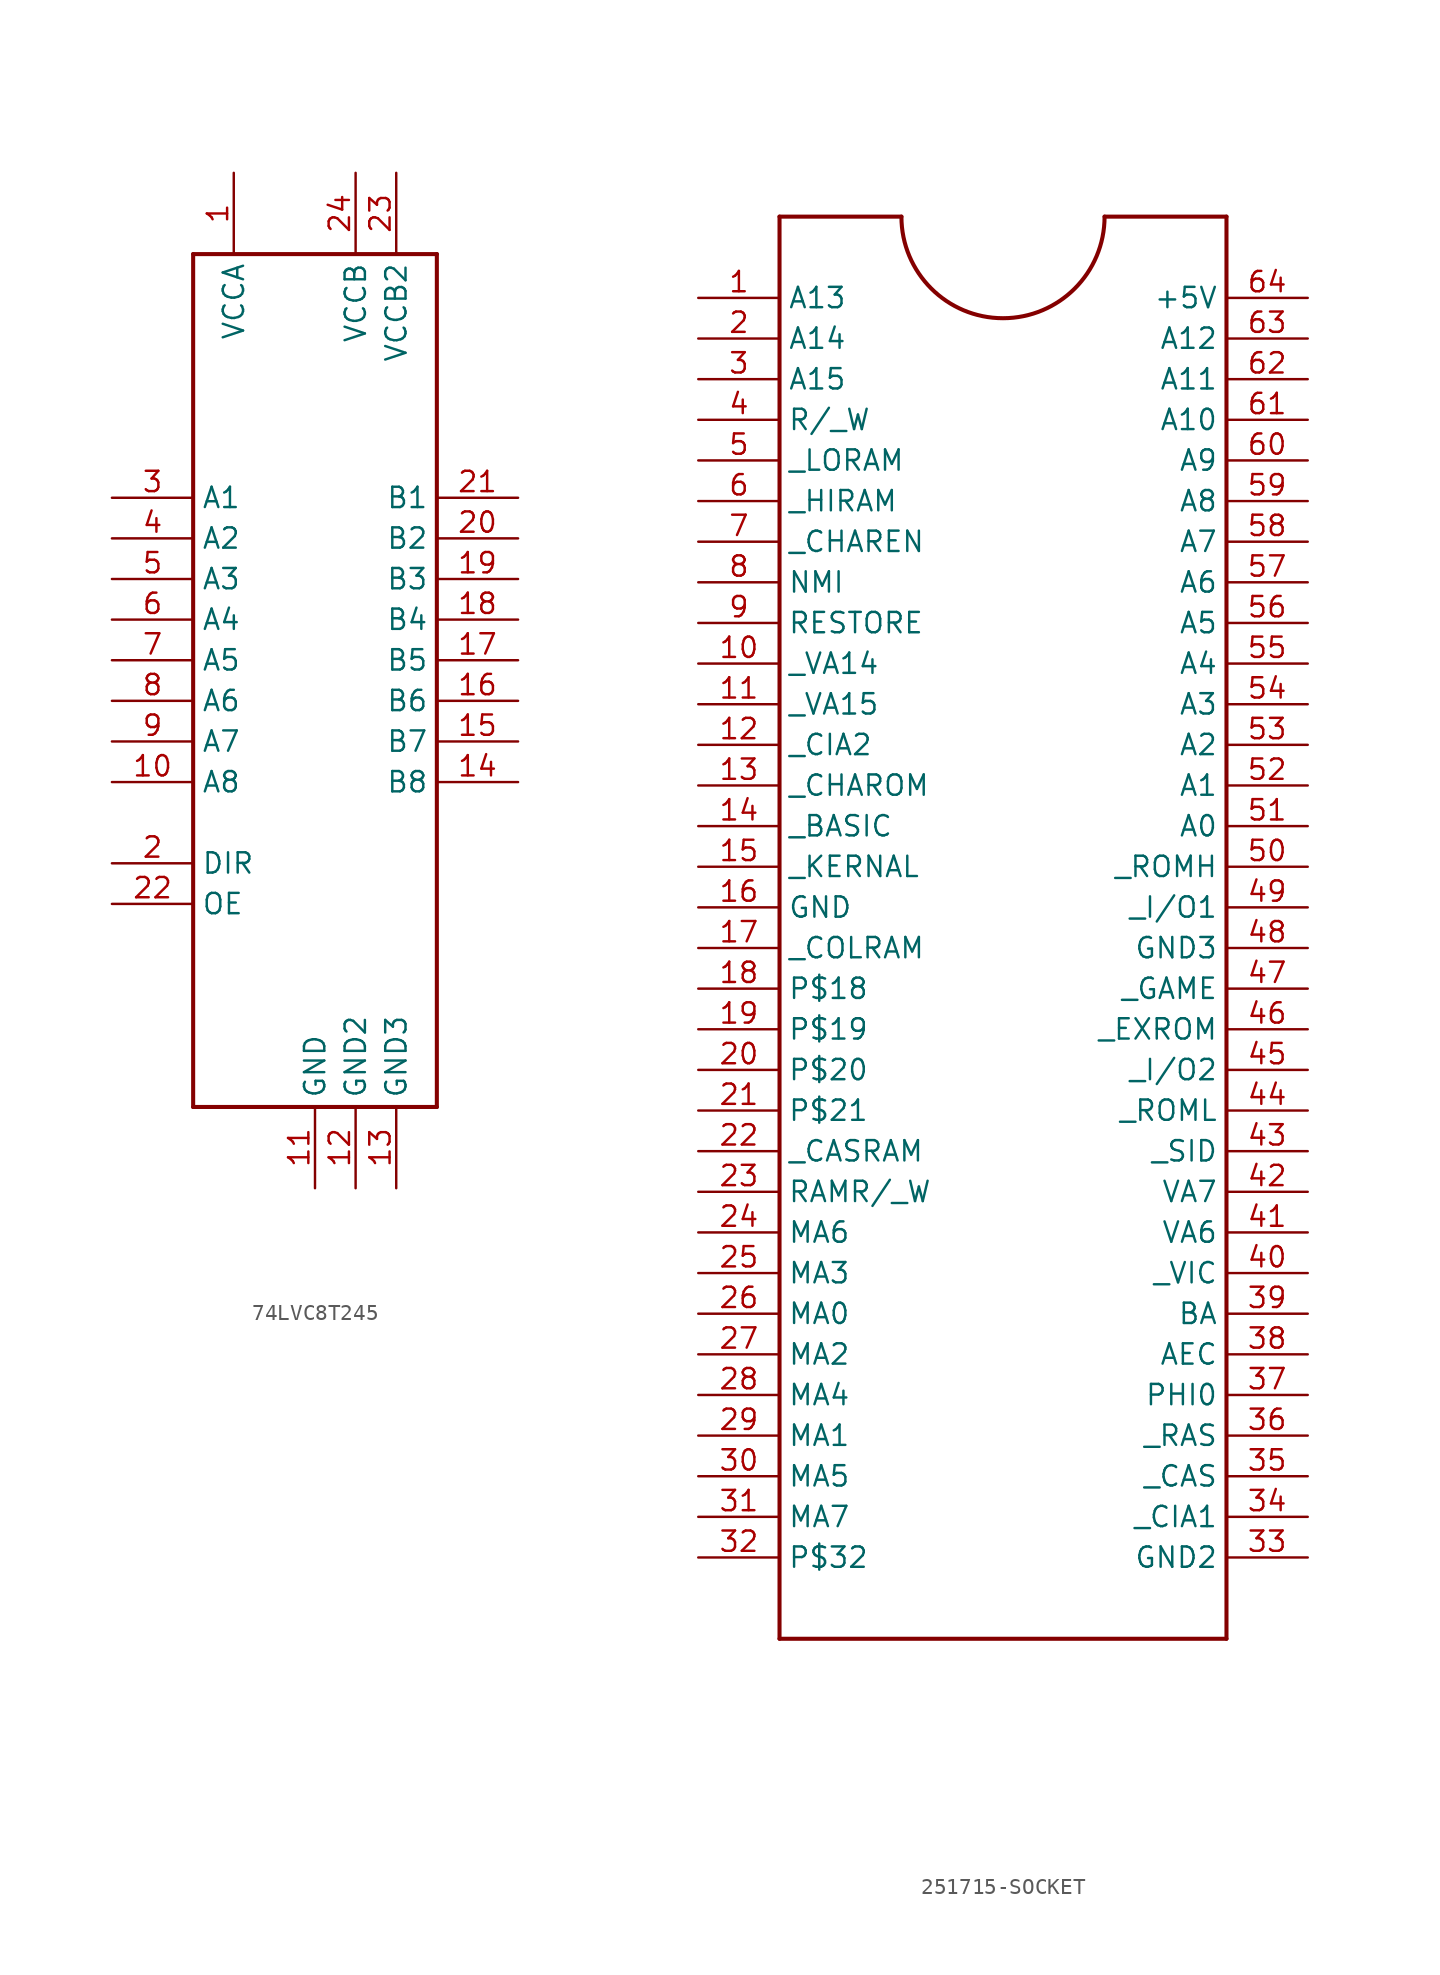
<source format=kicad_sym>
(kicad_symbol_lib
  (version 20231120)
  (generator "kicad_symbol_editor")
  (generator_version "8.0")
  (symbol "74LVC8T245"
    (property "Reference" ""
      (at -5.08 -12.7 0)
      (effects (font (size 1.27 1.079)) (justify left bottom) (hide yes)))
    (property "Value" ""
      (at -5.08 35.56 0)
      (effects (font (size 1.27 1.079)) (justify left bottom)))
    (property "ki_locked" ""
      (at 0 0 0)
      (effects (font (size 1.27 1.27))))
    (symbol "74LVC8T245_1_0"
      (polyline (pts (xy -22.86 -15.24) (xy -22.86 38.1)) (stroke (width 0.254) (type solid)) (fill (type none)))
      (polyline (pts (xy -22.86 38.1) (xy -7.62 38.1)) (stroke (width 0.254) (type solid)) (fill (type none)))
      (polyline (pts (xy -7.62 -15.24) (xy -22.86 -15.24)) (stroke (width 0.254) (type solid)) (fill (type none)))
      (polyline (pts (xy -7.62 38.1) (xy -7.62 -15.24)) (stroke (width 0.254) (type solid)) (fill (type none)))
      (pin bidirectional line (at -20.32 43.18 270) (length 5.08) (name "VCCA" (effects (font (size 1.27 1.27)))) (number "1" (effects (font (size 1.27 1.27)))))
      (pin bidirectional line (at -27.94 5.08 0) (length 5.08) (name "A8" (effects (font (size 1.27 1.27)))) (number "10" (effects (font (size 1.27 1.27)))))
      (pin bidirectional line (at -15.24 -20.32 90) (length 5.08) (name "GND" (effects (font (size 1.27 1.27)))) (number "11" (effects (font (size 1.27 1.27)))))
      (pin bidirectional line (at -12.7 -20.32 90) (length 5.08) (name "GND2" (effects (font (size 1.27 1.27)))) (number "12" (effects (font (size 1.27 1.27)))))
      (pin bidirectional line (at -10.16 -20.32 90) (length 5.08) (name "GND3" (effects (font (size 1.27 1.27)))) (number "13" (effects (font (size 1.27 1.27)))))
      (pin bidirectional line (at -2.54 5.08 180) (length 5.08) (name "B8" (effects (font (size 1.27 1.27)))) (number "14" (effects (font (size 1.27 1.27)))))
      (pin bidirectional line (at -2.54 7.62 180) (length 5.08) (name "B7" (effects (font (size 1.27 1.27)))) (number "15" (effects (font (size 1.27 1.27)))))
      (pin bidirectional line (at -2.54 10.16 180) (length 5.08) (name "B6" (effects (font (size 1.27 1.27)))) (number "16" (effects (font (size 1.27 1.27)))))
      (pin bidirectional line (at -2.54 12.7 180) (length 5.08) (name "B5" (effects (font (size 1.27 1.27)))) (number "17" (effects (font (size 1.27 1.27)))))
      (pin bidirectional line (at -2.54 15.24 180) (length 5.08) (name "B4" (effects (font (size 1.27 1.27)))) (number "18" (effects (font (size 1.27 1.27)))))
      (pin bidirectional line (at -2.54 17.78 180) (length 5.08) (name "B3" (effects (font (size 1.27 1.27)))) (number "19" (effects (font (size 1.27 1.27)))))
      (pin bidirectional line (at -27.94 0 0) (length 5.08) (name "DIR" (effects (font (size 1.27 1.27)))) (number "2" (effects (font (size 1.27 1.27)))))
      (pin bidirectional line (at -2.54 20.32 180) (length 5.08) (name "B2" (effects (font (size 1.27 1.27)))) (number "20" (effects (font (size 1.27 1.27)))))
      (pin bidirectional line (at -2.54 22.86 180) (length 5.08) (name "B1" (effects (font (size 1.27 1.27)))) (number "21" (effects (font (size 1.27 1.27)))))
      (pin bidirectional line (at -27.94 -2.54 0) (length 5.08) (name "OE" (effects (font (size 1.27 1.27)))) (number "22" (effects (font (size 1.27 1.27)))))
      (pin bidirectional line (at -10.16 43.18 270) (length 5.08) (name "VCCB2" (effects (font (size 1.27 1.27)))) (number "23" (effects (font (size 1.27 1.27)))))
      (pin bidirectional line (at -12.7 43.18 270) (length 5.08) (name "VCCB" (effects (font (size 1.27 1.27)))) (number "24" (effects (font (size 1.27 1.27)))))
      (pin bidirectional line (at -27.94 22.86 0) (length 5.08) (name "A1" (effects (font (size 1.27 1.27)))) (number "3" (effects (font (size 1.27 1.27)))))
      (pin bidirectional line (at -27.94 20.32 0) (length 5.08) (name "A2" (effects (font (size 1.27 1.27)))) (number "4" (effects (font (size 1.27 1.27)))))
      (pin bidirectional line (at -27.94 17.78 0) (length 5.08) (name "A3" (effects (font (size 1.27 1.27)))) (number "5" (effects (font (size 1.27 1.27)))))
      (pin bidirectional line (at -27.94 15.24 0) (length 5.08) (name "A4" (effects (font (size 1.27 1.27)))) (number "6" (effects (font (size 1.27 1.27)))))
      (pin bidirectional line (at -27.94 12.7 0) (length 5.08) (name "A5" (effects (font (size 1.27 1.27)))) (number "7" (effects (font (size 1.27 1.27)))))
      (pin bidirectional line (at -27.94 10.16 0) (length 5.08) (name "A6" (effects (font (size 1.27 1.27)))) (number "8" (effects (font (size 1.27 1.27)))))
      (pin bidirectional line (at -27.94 7.62 0) (length 5.08) (name "A7" (effects (font (size 1.27 1.27)))) (number "9" (effects (font (size 1.27 1.27)))))))
  (symbol "251715-SOCKET"
    (property "Reference" ""
      (at -7.62 43.18 0)
      (effects (font (size 1.27 1.079)) (justify left bottom) (hide yes)))
    (property "Value" ""
      (at -7.62 -53.34 0)
      (effects (font (size 1.27 1.079)) (justify left bottom)))
    (property "ki_locked" ""
      (at 0 0 0)
      (effects (font (size 1.27 1.27))))
    (symbol "251715-SOCKET_1_0"
      (polyline (pts (xy -7.62 -48.26) (xy -7.62 40.64)) (stroke (width 0.254) (type solid)) (fill (type none)))
      (polyline (pts (xy -7.62 40.64) (xy 0 40.64)) (stroke (width 0.254) (type solid)) (fill (type none)))
      (polyline (pts (xy 12.7 40.64) (xy 20.32 40.64)) (stroke (width 0.254) (type solid)) (fill (type none)))
      (polyline (pts (xy 20.32 -48.26) (xy -7.62 -48.26)) (stroke (width 0.254) (type solid)) (fill (type none)))
      (polyline (pts (xy 20.32 40.64) (xy 20.32 -48.26)) (stroke (width 0.254) (type solid)) (fill (type none)))
      (arc (start 0 40.64) (mid 6.35 34.29) (end 12.7 40.64) (stroke (width 0.254) (type solid)) (fill (type none)))
      (pin bidirectional line (at -12.7 35.56 0) (length 5.08) (name "A13" (effects (font (size 1.27 1.27)))) (number "1" (effects (font (size 1.27 1.27)))))
      (pin bidirectional line (at -12.7 12.7 0) (length 5.08) (name "_VA14" (effects (font (size 1.27 1.27)))) (number "10" (effects (font (size 1.27 1.27)))))
      (pin bidirectional line (at -12.7 10.16 0) (length 5.08) (name "_VA15" (effects (font (size 1.27 1.27)))) (number "11" (effects (font (size 1.27 1.27)))))
      (pin bidirectional line (at -12.7 7.62 0) (length 5.08) (name "_CIA2" (effects (font (size 1.27 1.27)))) (number "12" (effects (font (size 1.27 1.27)))))
      (pin bidirectional line (at -12.7 5.08 0) (length 5.08) (name "_CHAROM" (effects (font (size 1.27 1.27)))) (number "13" (effects (font (size 1.27 1.27)))))
      (pin bidirectional line (at -12.7 2.54 0) (length 5.08) (name "_BASIC" (effects (font (size 1.27 1.27)))) (number "14" (effects (font (size 1.27 1.27)))))
      (pin bidirectional line (at -12.7 0 0) (length 5.08) (name "_KERNAL" (effects (font (size 1.27 1.27)))) (number "15" (effects (font (size 1.27 1.27)))))
      (pin bidirectional line (at -12.7 -2.54 0) (length 5.08) (name "GND" (effects (font (size 1.27 1.27)))) (number "16" (effects (font (size 1.27 1.27)))))
      (pin bidirectional line (at -12.7 -5.08 0) (length 5.08) (name "_COLRAM" (effects (font (size 1.27 1.27)))) (number "17" (effects (font (size 1.27 1.27)))))
      (pin bidirectional line (at -12.7 -7.62 0) (length 5.08) (name "P$18" (effects (font (size 1.27 1.27)))) (number "18" (effects (font (size 1.27 1.27)))))
      (pin bidirectional line (at -12.7 -10.16 0) (length 5.08) (name "P$19" (effects (font (size 1.27 1.27)))) (number "19" (effects (font (size 1.27 1.27)))))
      (pin bidirectional line (at -12.7 33.02 0) (length 5.08) (name "A14" (effects (font (size 1.27 1.27)))) (number "2" (effects (font (size 1.27 1.27)))))
      (pin bidirectional line (at -12.7 -12.7 0) (length 5.08) (name "P$20" (effects (font (size 1.27 1.27)))) (number "20" (effects (font (size 1.27 1.27)))))
      (pin bidirectional line (at -12.7 -15.24 0) (length 5.08) (name "P$21" (effects (font (size 1.27 1.27)))) (number "21" (effects (font (size 1.27 1.27)))))
      (pin bidirectional line (at -12.7 -17.78 0) (length 5.08) (name "_CASRAM" (effects (font (size 1.27 1.27)))) (number "22" (effects (font (size 1.27 1.27)))))
      (pin bidirectional line (at -12.7 -20.32 0) (length 5.08) (name "RAMR/_W" (effects (font (size 1.27 1.27)))) (number "23" (effects (font (size 1.27 1.27)))))
      (pin bidirectional line (at -12.7 -22.86 0) (length 5.08) (name "MA6" (effects (font (size 1.27 1.27)))) (number "24" (effects (font (size 1.27 1.27)))))
      (pin bidirectional line (at -12.7 -25.4 0) (length 5.08) (name "MA3" (effects (font (size 1.27 1.27)))) (number "25" (effects (font (size 1.27 1.27)))))
      (pin bidirectional line (at -12.7 -27.94 0) (length 5.08) (name "MA0" (effects (font (size 1.27 1.27)))) (number "26" (effects (font (size 1.27 1.27)))))
      (pin bidirectional line (at -12.7 -30.48 0) (length 5.08) (name "MA2" (effects (font (size 1.27 1.27)))) (number "27" (effects (font (size 1.27 1.27)))))
      (pin bidirectional line (at -12.7 -33.02 0) (length 5.08) (name "MA4" (effects (font (size 1.27 1.27)))) (number "28" (effects (font (size 1.27 1.27)))))
      (pin bidirectional line (at -12.7 -35.56 0) (length 5.08) (name "MA1" (effects (font (size 1.27 1.27)))) (number "29" (effects (font (size 1.27 1.27)))))
      (pin bidirectional line (at -12.7 30.48 0) (length 5.08) (name "A15" (effects (font (size 1.27 1.27)))) (number "3" (effects (font (size 1.27 1.27)))))
      (pin bidirectional line (at -12.7 -38.1 0) (length 5.08) (name "MA5" (effects (font (size 1.27 1.27)))) (number "30" (effects (font (size 1.27 1.27)))))
      (pin bidirectional line (at -12.7 -40.64 0) (length 5.08) (name "MA7" (effects (font (size 1.27 1.27)))) (number "31" (effects (font (size 1.27 1.27)))))
      (pin bidirectional line (at -12.7 -43.18 0) (length 5.08) (name "P$32" (effects (font (size 1.27 1.27)))) (number "32" (effects (font (size 1.27 1.27)))))
      (pin bidirectional line (at 25.4 -43.18 180) (length 5.08) (name "GND2" (effects (font (size 1.27 1.27)))) (number "33" (effects (font (size 1.27 1.27)))))
      (pin bidirectional line (at 25.4 -40.64 180) (length 5.08) (name "_CIA1" (effects (font (size 1.27 1.27)))) (number "34" (effects (font (size 1.27 1.27)))))
      (pin bidirectional line (at 25.4 -38.1 180) (length 5.08) (name "_CAS" (effects (font (size 1.27 1.27)))) (number "35" (effects (font (size 1.27 1.27)))))
      (pin bidirectional line (at 25.4 -35.56 180) (length 5.08) (name "_RAS" (effects (font (size 1.27 1.27)))) (number "36" (effects (font (size 1.27 1.27)))))
      (pin bidirectional line (at 25.4 -33.02 180) (length 5.08) (name "PHI0" (effects (font (size 1.27 1.27)))) (number "37" (effects (font (size 1.27 1.27)))))
      (pin bidirectional line (at 25.4 -30.48 180) (length 5.08) (name "AEC" (effects (font (size 1.27 1.27)))) (number "38" (effects (font (size 1.27 1.27)))))
      (pin bidirectional line (at 25.4 -27.94 180) (length 5.08) (name "BA" (effects (font (size 1.27 1.27)))) (number "39" (effects (font (size 1.27 1.27)))))
      (pin bidirectional line (at -12.7 27.94 0) (length 5.08) (name "R/_W" (effects (font (size 1.27 1.27)))) (number "4" (effects (font (size 1.27 1.27)))))
      (pin bidirectional line (at 25.4 -25.4 180) (length 5.08) (name "_VIC" (effects (font (size 1.27 1.27)))) (number "40" (effects (font (size 1.27 1.27)))))
      (pin bidirectional line (at 25.4 -22.86 180) (length 5.08) (name "VA6" (effects (font (size 1.27 1.27)))) (number "41" (effects (font (size 1.27 1.27)))))
      (pin bidirectional line (at 25.4 -20.32 180) (length 5.08) (name "VA7" (effects (font (size 1.27 1.27)))) (number "42" (effects (font (size 1.27 1.27)))))
      (pin bidirectional line (at 25.4 -17.78 180) (length 5.08) (name "_SID" (effects (font (size 1.27 1.27)))) (number "43" (effects (font (size 1.27 1.27)))))
      (pin bidirectional line (at 25.4 -15.24 180) (length 5.08) (name "_ROML" (effects (font (size 1.27 1.27)))) (number "44" (effects (font (size 1.27 1.27)))))
      (pin bidirectional line (at 25.4 -12.7 180) (length 5.08) (name "_I/O2" (effects (font (size 1.27 1.27)))) (number "45" (effects (font (size 1.27 1.27)))))
      (pin bidirectional line (at 25.4 -10.16 180) (length 5.08) (name "_EXROM" (effects (font (size 1.27 1.27)))) (number "46" (effects (font (size 1.27 1.27)))))
      (pin bidirectional line (at 25.4 -7.62 180) (length 5.08) (name "_GAME" (effects (font (size 1.27 1.27)))) (number "47" (effects (font (size 1.27 1.27)))))
      (pin bidirectional line (at 25.4 -5.08 180) (length 5.08) (name "GND3" (effects (font (size 1.27 1.27)))) (number "48" (effects (font (size 1.27 1.27)))))
      (pin bidirectional line (at 25.4 -2.54 180) (length 5.08) (name "_I/O1" (effects (font (size 1.27 1.27)))) (number "49" (effects (font (size 1.27 1.27)))))
      (pin bidirectional line (at -12.7 25.4 0) (length 5.08) (name "_LORAM" (effects (font (size 1.27 1.27)))) (number "5" (effects (font (size 1.27 1.27)))))
      (pin bidirectional line (at 25.4 0 180) (length 5.08) (name "_ROMH" (effects (font (size 1.27 1.27)))) (number "50" (effects (font (size 1.27 1.27)))))
      (pin bidirectional line (at 25.4 2.54 180) (length 5.08) (name "A0" (effects (font (size 1.27 1.27)))) (number "51" (effects (font (size 1.27 1.27)))))
      (pin bidirectional line (at 25.4 5.08 180) (length 5.08) (name "A1" (effects (font (size 1.27 1.27)))) (number "52" (effects (font (size 1.27 1.27)))))
      (pin bidirectional line (at 25.4 7.62 180) (length 5.08) (name "A2" (effects (font (size 1.27 1.27)))) (number "53" (effects (font (size 1.27 1.27)))))
      (pin bidirectional line (at 25.4 10.16 180) (length 5.08) (name "A3" (effects (font (size 1.27 1.27)))) (number "54" (effects (font (size 1.27 1.27)))))
      (pin bidirectional line (at 25.4 12.7 180) (length 5.08) (name "A4" (effects (font (size 1.27 1.27)))) (number "55" (effects (font (size 1.27 1.27)))))
      (pin bidirectional line (at 25.4 15.24 180) (length 5.08) (name "A5" (effects (font (size 1.27 1.27)))) (number "56" (effects (font (size 1.27 1.27)))))
      (pin bidirectional line (at 25.4 17.78 180) (length 5.08) (name "A6" (effects (font (size 1.27 1.27)))) (number "57" (effects (font (size 1.27 1.27)))))
      (pin bidirectional line (at 25.4 20.32 180) (length 5.08) (name "A7" (effects (font (size 1.27 1.27)))) (number "58" (effects (font (size 1.27 1.27)))))
      (pin bidirectional line (at 25.4 22.86 180) (length 5.08) (name "A8" (effects (font (size 1.27 1.27)))) (number "59" (effects (font (size 1.27 1.27)))))
      (pin bidirectional line (at -12.7 22.86 0) (length 5.08) (name "_HIRAM" (effects (font (size 1.27 1.27)))) (number "6" (effects (font (size 1.27 1.27)))))
      (pin bidirectional line (at 25.4 25.4 180) (length 5.08) (name "A9" (effects (font (size 1.27 1.27)))) (number "60" (effects (font (size 1.27 1.27)))))
      (pin bidirectional line (at 25.4 27.94 180) (length 5.08) (name "A10" (effects (font (size 1.27 1.27)))) (number "61" (effects (font (size 1.27 1.27)))))
      (pin bidirectional line (at 25.4 30.48 180) (length 5.08) (name "A11" (effects (font (size 1.27 1.27)))) (number "62" (effects (font (size 1.27 1.27)))))
      (pin bidirectional line (at 25.4 33.02 180) (length 5.08) (name "A12" (effects (font (size 1.27 1.27)))) (number "63" (effects (font (size 1.27 1.27)))))
      (pin bidirectional line (at 25.4 35.56 180) (length 5.08) (name "+5V" (effects (font (size 1.27 1.27)))) (number "64" (effects (font (size 1.27 1.27)))))
      (pin bidirectional line (at -12.7 20.32 0) (length 5.08) (name "_CHAREN" (effects (font (size 1.27 1.27)))) (number "7" (effects (font (size 1.27 1.27)))))
      (pin bidirectional line (at -12.7 17.78 0) (length 5.08) (name "NMI" (effects (font (size 1.27 1.27)))) (number "8" (effects (font (size 1.27 1.27)))))
      (pin bidirectional line (at -12.7 15.24 0) (length 5.08) (name "RESTORE" (effects (font (size 1.27 1.27)))) (number "9" (effects (font (size 1.27 1.27))))))))
</source>
